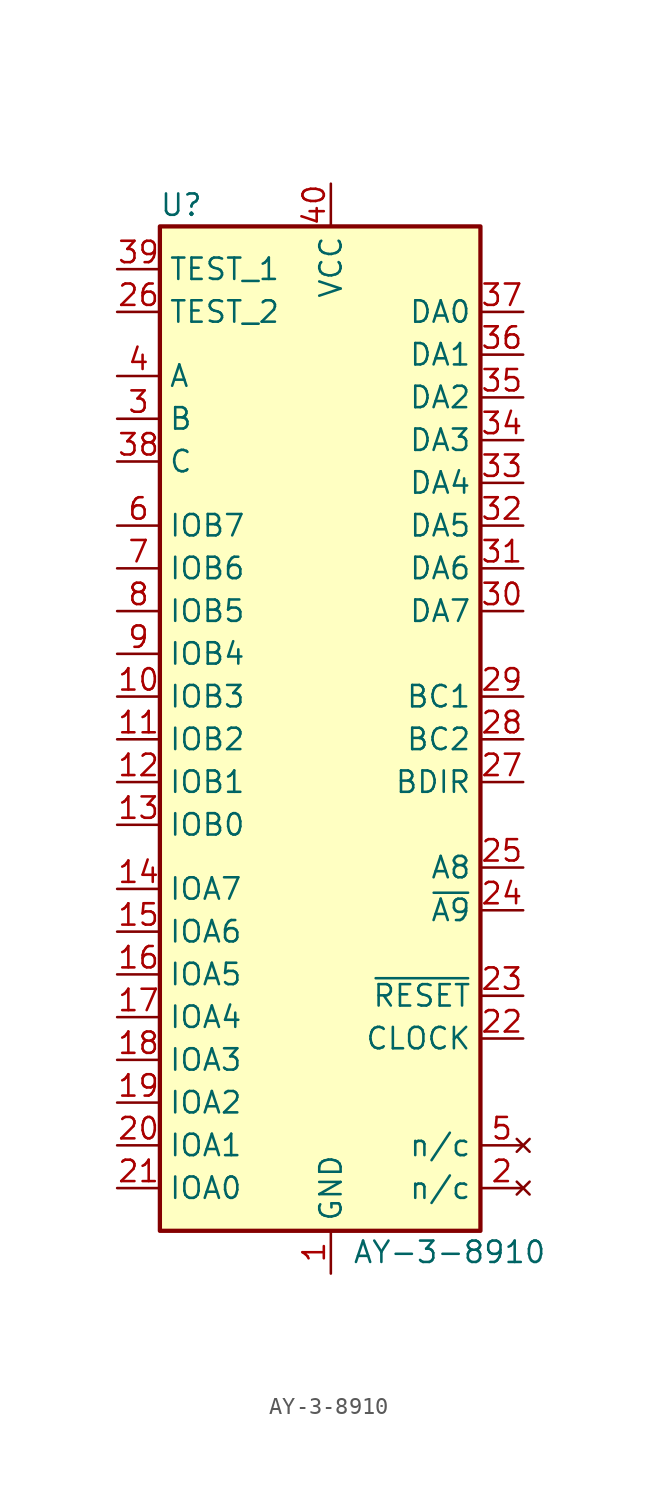
<source format=kicad_sym>
(kicad_symbol_lib
  (version 20211014)
  (generator kicad_symbol_editor)
  (symbol "AY-3-8910"
    (property "Reference" "U"
      (at -8.89 31.75 0)
      (effects (font (size 1.27 1.27))))
    (property "Value" "AY-3-8910"
      (at 1.27 -30.48 0)
      (effects (font (size 1.27 1.27)) (justify left)))
    (symbol "AY-3-8910_1_1"
      (rectangle (start -10.16 30.48) (end 8.89 -29.21) (stroke (width 0.254) (type default) (color 0 0 0 0)) (fill (type background)))
      (pin power_in line (at 0 -31.75 90) (length 2.54) (name "GND" (effects (font (size 1.27 1.27)))) (number "1" (effects (font (size 1.27 1.27)))))
      (pin input line (at -12.7 2.54 0) (length 2.54) (name "IOB3" (effects (font (size 1.27 1.27)))) (number "10" (effects (font (size 1.27 1.27)))))
      (pin input line (at -12.7 0 0) (length 2.54) (name "IOB2" (effects (font (size 1.27 1.27)))) (number "11" (effects (font (size 1.27 1.27)))))
      (pin input line (at -12.7 -2.54 0) (length 2.54) (name "IOB1" (effects (font (size 1.27 1.27)))) (number "12" (effects (font (size 1.27 1.27)))))
      (pin input line (at -12.7 -5.08 0) (length 2.54) (name "IOB0" (effects (font (size 1.27 1.27)))) (number "13" (effects (font (size 1.27 1.27)))))
      (pin input line (at -12.7 -8.89 0) (length 2.54) (name "IOA7" (effects (font (size 1.27 1.27)))) (number "14" (effects (font (size 1.27 1.27)))))
      (pin input line (at -12.7 -11.43 0) (length 2.54) (name "IOA6" (effects (font (size 1.27 1.27)))) (number "15" (effects (font (size 1.27 1.27)))))
      (pin input line (at -12.7 -13.97 0) (length 2.54) (name "IOA5" (effects (font (size 1.27 1.27)))) (number "16" (effects (font (size 1.27 1.27)))))
      (pin input line (at -12.7 -16.51 0) (length 2.54) (name "IOA4" (effects (font (size 1.27 1.27)))) (number "17" (effects (font (size 1.27 1.27)))))
      (pin input line (at -12.7 -19.05 0) (length 2.54) (name "IOA3" (effects (font (size 1.27 1.27)))) (number "18" (effects (font (size 1.27 1.27)))))
      (pin input line (at -12.7 -21.59 0) (length 2.54) (name "IOA2" (effects (font (size 1.27 1.27)))) (number "19" (effects (font (size 1.27 1.27)))))
      (pin no_connect line (at 11.43 -26.67 180) (length 2.54) (name "n/c" (effects (font (size 1.27 1.27)))) (number "2" (effects (font (size 1.27 1.27)))))
      (pin input line (at -12.7 -24.13 0) (length 2.54) (name "IOA1" (effects (font (size 1.27 1.27)))) (number "20" (effects (font (size 1.27 1.27)))))
      (pin input line (at -12.7 -26.67 0) (length 2.54) (name "IOA0" (effects (font (size 1.27 1.27)))) (number "21" (effects (font (size 1.27 1.27)))))
      (pin input line (at 11.43 -17.78 180) (length 2.54) (name "CLOCK" (effects (font (size 1.27 1.27)))) (number "22" (effects (font (size 1.27 1.27)))))
      (pin input line (at 11.43 -15.24 180) (length 2.54) (name "~{RESET}" (effects (font (size 1.27 1.27)))) (number "23" (effects (font (size 1.27 1.27)))))
      (pin input line (at 11.43 -10.16 180) (length 2.54) (name "~{A9}" (effects (font (size 1.27 1.27)))) (number "24" (effects (font (size 1.27 1.27)))))
      (pin input line (at 11.43 -7.62 180) (length 2.54) (name "A8" (effects (font (size 1.27 1.27)))) (number "25" (effects (font (size 1.27 1.27)))))
      (pin passive line (at -12.7 25.4 0) (length 2.54) (name "TEST_2" (effects (font (size 1.27 1.27)))) (number "26" (effects (font (size 1.27 1.27)))))
      (pin input line (at 11.43 -2.54 180) (length 2.54) (name "BDIR" (effects (font (size 1.27 1.27)))) (number "27" (effects (font (size 1.27 1.27)))))
      (pin input line (at 11.43 0 180) (length 2.54) (name "BC2" (effects (font (size 1.27 1.27)))) (number "28" (effects (font (size 1.27 1.27)))))
      (pin input line (at 11.43 2.54 180) (length 2.54) (name "BC1" (effects (font (size 1.27 1.27)))) (number "29" (effects (font (size 1.27 1.27)))))
      (pin output line (at -12.7 19.05 0) (length 2.54) (name "B" (effects (font (size 1.27 1.27)))) (number "3" (effects (font (size 1.27 1.27)))))
      (pin tri_state line (at 11.43 7.62 180) (length 2.54) (name "DA7" (effects (font (size 1.27 1.27)))) (number "30" (effects (font (size 1.27 1.27)))))
      (pin tri_state line (at 11.43 10.16 180) (length 2.54) (name "DA6" (effects (font (size 1.27 1.27)))) (number "31" (effects (font (size 1.27 1.27)))))
      (pin tri_state line (at 11.43 12.7 180) (length 2.54) (name "DA5" (effects (font (size 1.27 1.27)))) (number "32" (effects (font (size 1.27 1.27)))))
      (pin tri_state line (at 11.43 15.24 180) (length 2.54) (name "DA4" (effects (font (size 1.27 1.27)))) (number "33" (effects (font (size 1.27 1.27)))))
      (pin tri_state line (at 11.43 17.78 180) (length 2.54) (name "DA3" (effects (font (size 1.27 1.27)))) (number "34" (effects (font (size 1.27 1.27)))))
      (pin tri_state line (at 11.43 20.32 180) (length 2.54) (name "DA2" (effects (font (size 1.27 1.27)))) (number "35" (effects (font (size 1.27 1.27)))))
      (pin tri_state line (at 11.43 22.86 180) (length 2.54) (name "DA1" (effects (font (size 1.27 1.27)))) (number "36" (effects (font (size 1.27 1.27)))))
      (pin tri_state line (at 11.43 25.4 180) (length 2.54) (name "DA0" (effects (font (size 1.27 1.27)))) (number "37" (effects (font (size 1.27 1.27)))))
      (pin output line (at -12.7 16.51 0) (length 2.54) (name "C" (effects (font (size 1.27 1.27)))) (number "38" (effects (font (size 1.27 1.27)))))
      (pin passive line (at -12.7 27.94 0) (length 2.54) (name "TEST_1" (effects (font (size 1.27 1.27)))) (number "39" (effects (font (size 1.27 1.27)))))
      (pin output line (at -12.7 21.59 0) (length 2.54) (name "A" (effects (font (size 1.27 1.27)))) (number "4" (effects (font (size 1.27 1.27)))))
      (pin power_in line (at 0 33.02 270) (length 2.54) (name "VCC" (effects (font (size 1.27 1.27)))) (number "40" (effects (font (size 1.27 1.27)))))
      (pin no_connect line (at 11.43 -24.13 180) (length 2.54) (name "n/c" (effects (font (size 1.27 1.27)))) (number "5" (effects (font (size 1.27 1.27)))))
      (pin input line (at -12.7 12.7 0) (length 2.54) (name "IOB7" (effects (font (size 1.27 1.27)))) (number "6" (effects (font (size 1.27 1.27)))))
      (pin input line (at -12.7 10.16 0) (length 2.54) (name "IOB6" (effects (font (size 1.27 1.27)))) (number "7" (effects (font (size 1.27 1.27)))))
      (pin input line (at -12.7 7.62 0) (length 2.54) (name "IOB5" (effects (font (size 1.27 1.27)))) (number "8" (effects (font (size 1.27 1.27)))))
      (pin input line (at -12.7 5.08 0) (length 2.54) (name "IOB4" (effects (font (size 1.27 1.27)))) (number "9" (effects (font (size 1.27 1.27))))))))
</source>
